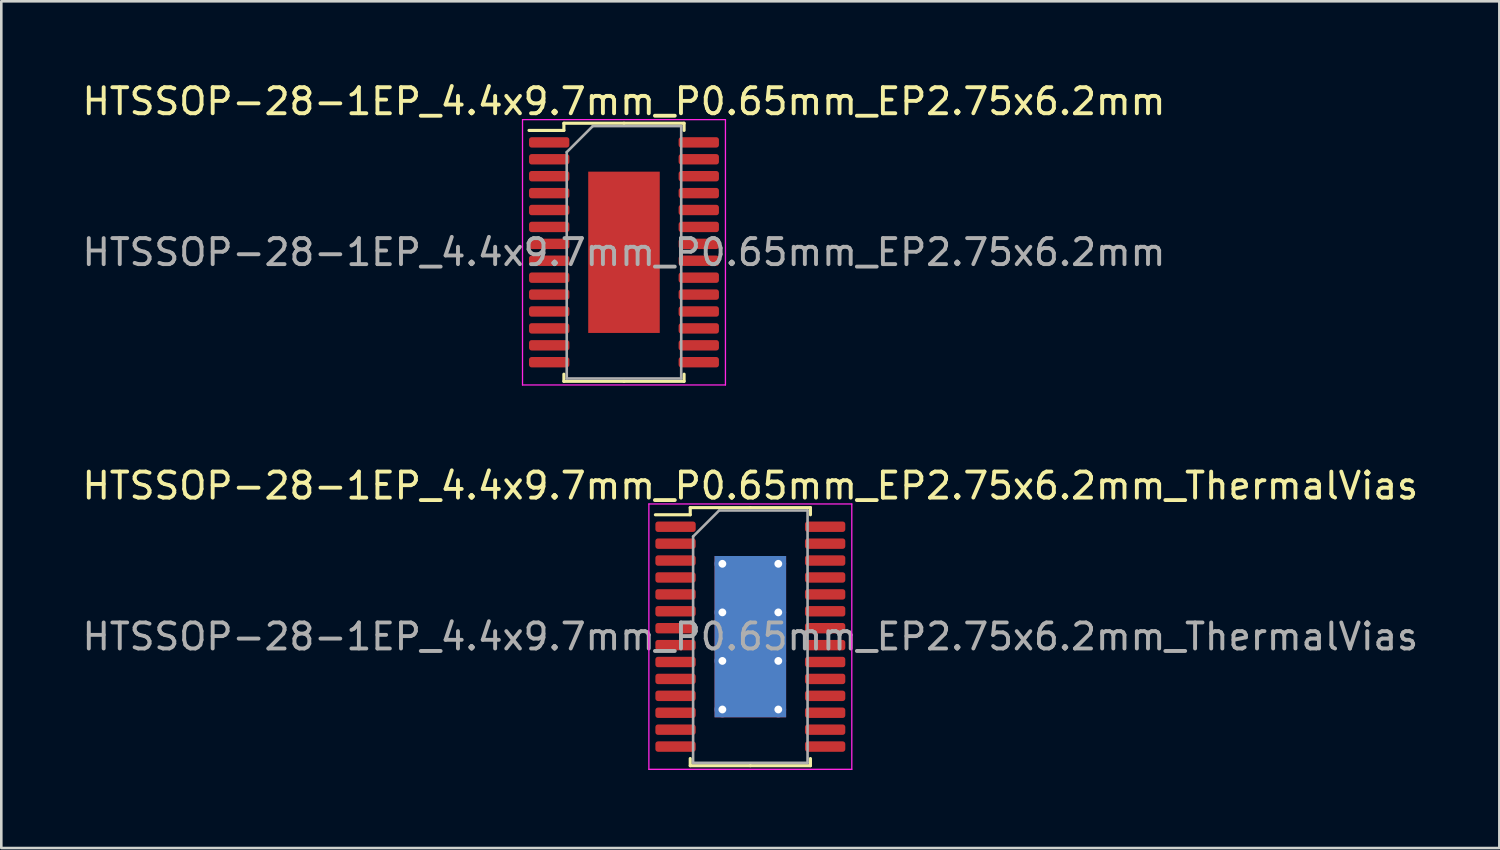
<source format=kicad_pcb>
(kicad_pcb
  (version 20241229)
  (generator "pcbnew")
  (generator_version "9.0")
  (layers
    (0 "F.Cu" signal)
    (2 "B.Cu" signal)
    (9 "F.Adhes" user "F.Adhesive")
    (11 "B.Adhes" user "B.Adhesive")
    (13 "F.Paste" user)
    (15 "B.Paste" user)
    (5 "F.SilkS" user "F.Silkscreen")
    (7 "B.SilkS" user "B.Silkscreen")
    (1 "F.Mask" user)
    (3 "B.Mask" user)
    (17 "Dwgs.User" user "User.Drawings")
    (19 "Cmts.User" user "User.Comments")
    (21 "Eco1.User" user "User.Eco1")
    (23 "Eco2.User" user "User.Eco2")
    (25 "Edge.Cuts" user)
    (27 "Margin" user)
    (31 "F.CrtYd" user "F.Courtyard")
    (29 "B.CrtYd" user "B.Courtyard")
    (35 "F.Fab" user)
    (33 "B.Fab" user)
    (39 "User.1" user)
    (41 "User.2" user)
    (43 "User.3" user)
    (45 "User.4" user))
  (footprint "HTSSOP-28-1EP_4.4x9.7mm_P0.65mm_EP2.75x6.2mm"
    (layer "F.Cu")
    (at 20.935 6.648)
    (property "Reference" "HTSSOP-28-1EP_4.4x9.7mm_P0.65mm_EP2.75x6.2mm" (at 0 -5.8 0) (layer "F.SilkS") (effects (font (size 1 1) (thickness 0.15))))
    (attr smd)
    (fp_line (start -2.31 -4.96) (end -2.31 -4.685) (stroke (width 0.12) (type solid)) (layer "F.SilkS"))
    (fp_line (start -2.31 -4.685) (end -3.65 -4.685) (stroke (width 0.12) (type solid)) (layer "F.SilkS"))
    (fp_line (start -2.31 4.96) (end -2.31 4.685) (stroke (width 0.12) (type solid)) (layer "F.SilkS"))
    (fp_line (start 0 -4.96) (end -2.31 -4.96) (stroke (width 0.12) (type solid)) (layer "F.SilkS"))
    (fp_line (start 0 -4.96) (end 2.31 -4.96) (stroke (width 0.12) (type solid)) (layer "F.SilkS"))
    (fp_line (start 0 4.96) (end -2.31 4.96) (stroke (width 0.12) (type solid)) (layer "F.SilkS"))
    (fp_line (start 0 4.96) (end 2.31 4.96) (stroke (width 0.12) (type solid)) (layer "F.SilkS"))
    (fp_line (start 2.31 -4.96) (end 2.31 -4.685) (stroke (width 0.12) (type solid)) (layer "F.SilkS"))
    (fp_line (start 2.31 4.96) (end 2.31 4.685) (stroke (width 0.12) (type solid)) (layer "F.SilkS"))
    (fp_line (start -3.9 -5.1) (end -3.9 5.1) (stroke (width 0.05) (type solid)) (layer "F.CrtYd"))
    (fp_line (start -3.9 5.1) (end 3.9 5.1) (stroke (width 0.05) (type solid)) (layer "F.CrtYd"))
    (fp_line (start 3.9 -5.1) (end -3.9 -5.1) (stroke (width 0.05) (type solid)) (layer "F.CrtYd"))
    (fp_line (start 3.9 5.1) (end 3.9 -5.1) (stroke (width 0.05) (type solid)) (layer "F.CrtYd"))
    (fp_line (start -2.2 -3.85) (end -1.2 -4.85) (stroke (width 0.1) (type solid)) (layer "F.Fab"))
    (fp_line (start -2.2 4.85) (end -2.2 -3.85) (stroke (width 0.1) (type solid)) (layer "F.Fab"))
    (fp_line (start -1.2 -4.85) (end 2.2 -4.85) (stroke (width 0.1) (type solid)) (layer "F.Fab"))
    (fp_line (start 2.2 -4.85) (end 2.2 4.85) (stroke (width 0.1) (type solid)) (layer "F.Fab"))
    (fp_line (start 2.2 4.85) (end -2.2 4.85) (stroke (width 0.1) (type solid)) (layer "F.Fab"))
    (fp_text user "${REFERENCE}" (at 0 0 0) (layer "F.Fab") (effects (font (size 1 1) (thickness 0.15))))
    (pad "" smd roundrect (at 0 0) (size 2.22 5) (layers "F.Paste") (roundrect_rratio 0.113))
    (pad "1" smd roundrect (at -2.875 -4.225) (size 1.55 0.4) (layers "F.Cu" "F.Mask" "F.Paste") (roundrect_rratio 0.25))
    (pad "2" smd roundrect (at -2.875 -3.575) (size 1.55 0.4) (layers "F.Cu" "F.Mask" "F.Paste") (roundrect_rratio 0.25))
    (pad "3" smd roundrect (at -2.875 -2.925) (size 1.55 0.4) (layers "F.Cu" "F.Mask" "F.Paste") (roundrect_rratio 0.25))
    (pad "4" smd roundrect (at -2.875 -2.275) (size 1.55 0.4) (layers "F.Cu" "F.Mask" "F.Paste") (roundrect_rratio 0.25))
    (pad "5" smd roundrect (at -2.875 -1.625) (size 1.55 0.4) (layers "F.Cu" "F.Mask" "F.Paste") (roundrect_rratio 0.25))
    (pad "6" smd roundrect (at -2.875 -0.975) (size 1.55 0.4) (layers "F.Cu" "F.Mask" "F.Paste") (roundrect_rratio 0.25))
    (pad "7" smd roundrect (at -2.875 -0.325) (size 1.55 0.4) (layers "F.Cu" "F.Mask" "F.Paste") (roundrect_rratio 0.25))
    (pad "8" smd roundrect (at -2.875 0.325) (size 1.55 0.4) (layers "F.Cu" "F.Mask" "F.Paste") (roundrect_rratio 0.25))
    (pad "9" smd roundrect (at -2.875 0.975) (size 1.55 0.4) (layers "F.Cu" "F.Mask" "F.Paste") (roundrect_rratio 0.25))
    (pad "10" smd roundrect (at -2.875 1.625) (size 1.55 0.4) (layers "F.Cu" "F.Mask" "F.Paste") (roundrect_rratio 0.25))
    (pad "11" smd roundrect (at -2.875 2.275) (size 1.55 0.4) (layers "F.Cu" "F.Mask" "F.Paste") (roundrect_rratio 0.25))
    (pad "12" smd roundrect (at -2.875 2.925) (size 1.55 0.4) (layers "F.Cu" "F.Mask" "F.Paste") (roundrect_rratio 0.25))
    (pad "13" smd roundrect (at -2.875 3.575) (size 1.55 0.4) (layers "F.Cu" "F.Mask" "F.Paste") (roundrect_rratio 0.25))
    (pad "14" smd roundrect (at -2.875 4.225) (size 1.55 0.4) (layers "F.Cu" "F.Mask" "F.Paste") (roundrect_rratio 0.25))
    (pad "15" smd roundrect (at 2.875 4.225) (size 1.55 0.4) (layers "F.Cu" "F.Mask" "F.Paste") (roundrect_rratio 0.25))
    (pad "16" smd roundrect (at 2.875 3.575) (size 1.55 0.4) (layers "F.Cu" "F.Mask" "F.Paste") (roundrect_rratio 0.25))
    (pad "17" smd roundrect (at 2.875 2.925) (size 1.55 0.4) (layers "F.Cu" "F.Mask" "F.Paste") (roundrect_rratio 0.25))
    (pad "18" smd roundrect (at 2.875 2.275) (size 1.55 0.4) (layers "F.Cu" "F.Mask" "F.Paste") (roundrect_rratio 0.25))
    (pad "19" smd roundrect (at 2.875 1.625) (size 1.55 0.4) (layers "F.Cu" "F.Mask" "F.Paste") (roundrect_rratio 0.25))
    (pad "20" smd roundrect (at 2.875 0.975) (size 1.55 0.4) (layers "F.Cu" "F.Mask" "F.Paste") (roundrect_rratio 0.25))
    (pad "21" smd roundrect (at 2.875 0.325) (size 1.55 0.4) (layers "F.Cu" "F.Mask" "F.Paste") (roundrect_rratio 0.25))
    (pad "22" smd roundrect (at 2.875 -0.325) (size 1.55 0.4) (layers "F.Cu" "F.Mask" "F.Paste") (roundrect_rratio 0.25))
    (pad "23" smd roundrect (at 2.875 -0.975) (size 1.55 0.4) (layers "F.Cu" "F.Mask" "F.Paste") (roundrect_rratio 0.25))
    (pad "24" smd roundrect (at 2.875 -1.625) (size 1.55 0.4) (layers "F.Cu" "F.Mask" "F.Paste") (roundrect_rratio 0.25))
    (pad "25" smd roundrect (at 2.875 -2.275) (size 1.55 0.4) (layers "F.Cu" "F.Mask" "F.Paste") (roundrect_rratio 0.25))
    (pad "26" smd roundrect (at 2.875 -2.925) (size 1.55 0.4) (layers "F.Cu" "F.Mask" "F.Paste") (roundrect_rratio 0.25))
    (pad "27" smd roundrect (at 2.875 -3.575) (size 1.55 0.4) (layers "F.Cu" "F.Mask" "F.Paste") (roundrect_rratio 0.25))
    (pad "28" smd roundrect (at 2.875 -4.225) (size 1.55 0.4) (layers "F.Cu" "F.Mask" "F.Paste") (roundrect_rratio 0.25))
    (pad "29" smd rect (at 0 0) (size 2.75 6.2) (layers "F.Cu" "F.Mask")))
  (footprint "HTSSOP-28-1EP_4.4x9.7mm_P0.65mm_EP2.75x6.2mm_ThermalVias"
    (layer "F.Cu")
    (at 25.792 21.422)
    (property "Reference" "HTSSOP-28-1EP_4.4x9.7mm_P0.65mm_EP2.75x6.2mm_ThermalVias" (at 0 -5.8 0) (layer "F.SilkS") (effects (font (size 1 1) (thickness 0.15))))
    (attr smd)
    (fp_line (start -2.31 -4.96) (end -2.31 -4.685) (stroke (width 0.12) (type solid)) (layer "F.SilkS"))
    (fp_line (start -2.31 -4.685) (end -3.65 -4.685) (stroke (width 0.12) (type solid)) (layer "F.SilkS"))
    (fp_line (start -2.31 4.96) (end -2.31 4.685) (stroke (width 0.12) (type solid)) (layer "F.SilkS"))
    (fp_line (start 0 -4.96) (end -2.31 -4.96) (stroke (width 0.12) (type solid)) (layer "F.SilkS"))
    (fp_line (start 0 -4.96) (end 2.31 -4.96) (stroke (width 0.12) (type solid)) (layer "F.SilkS"))
    (fp_line (start 0 4.96) (end -2.31 4.96) (stroke (width 0.12) (type solid)) (layer "F.SilkS"))
    (fp_line (start 0 4.96) (end 2.31 4.96) (stroke (width 0.12) (type solid)) (layer "F.SilkS"))
    (fp_line (start 2.31 -4.96) (end 2.31 -4.685) (stroke (width 0.12) (type solid)) (layer "F.SilkS"))
    (fp_line (start 2.31 4.96) (end 2.31 4.685) (stroke (width 0.12) (type solid)) (layer "F.SilkS"))
    (fp_line (start -3.9 -5.1) (end -3.9 5.1) (stroke (width 0.05) (type solid)) (layer "F.CrtYd"))
    (fp_line (start -3.9 5.1) (end 3.9 5.1) (stroke (width 0.05) (type solid)) (layer "F.CrtYd"))
    (fp_line (start 3.9 -5.1) (end -3.9 -5.1) (stroke (width 0.05) (type solid)) (layer "F.CrtYd"))
    (fp_line (start 3.9 5.1) (end 3.9 -5.1) (stroke (width 0.05) (type solid)) (layer "F.CrtYd"))
    (fp_line (start -2.2 -3.85) (end -1.2 -4.85) (stroke (width 0.1) (type solid)) (layer "F.Fab"))
    (fp_line (start -2.2 4.85) (end -2.2 -3.85) (stroke (width 0.1) (type solid)) (layer "F.Fab"))
    (fp_line (start -1.2 -4.85) (end 2.2 -4.85) (stroke (width 0.1) (type solid)) (layer "F.Fab"))
    (fp_line (start 2.2 -4.85) (end 2.2 4.85) (stroke (width 0.1) (type solid)) (layer "F.Fab"))
    (fp_line (start 2.2 4.85) (end -2.2 4.85) (stroke (width 0.1) (type solid)) (layer "F.Fab"))
    (fp_text user "${REFERENCE}" (at 0 0 0) (layer "F.Fab") (effects (font (size 1 1) (thickness 0.15))))
    (pad "" smd roundrect (at 0 -2.07) (size 2.22 1.67) (layers "F.Paste") (roundrect_rratio 0.15))
    (pad "" smd roundrect (at 0 0) (size 2.22 1.67) (layers "F.Paste") (roundrect_rratio 0.15))
    (pad "" smd roundrect (at 0 2.07) (size 2.22 1.67) (layers "F.Paste") (roundrect_rratio 0.15))
    (pad "1" smd roundrect (at -2.875 -4.225) (size 1.55 0.4) (layers "F.Cu" "F.Mask" "F.Paste") (roundrect_rratio 0.25))
    (pad "2" smd roundrect (at -2.875 -3.575) (size 1.55 0.4) (layers "F.Cu" "F.Mask" "F.Paste") (roundrect_rratio 0.25))
    (pad "3" smd roundrect (at -2.875 -2.925) (size 1.55 0.4) (layers "F.Cu" "F.Mask" "F.Paste") (roundrect_rratio 0.25))
    (pad "4" smd roundrect (at -2.875 -2.275) (size 1.55 0.4) (layers "F.Cu" "F.Mask" "F.Paste") (roundrect_rratio 0.25))
    (pad "5" smd roundrect (at -2.875 -1.625) (size 1.55 0.4) (layers "F.Cu" "F.Mask" "F.Paste") (roundrect_rratio 0.25))
    (pad "6" smd roundrect (at -2.875 -0.975) (size 1.55 0.4) (layers "F.Cu" "F.Mask" "F.Paste") (roundrect_rratio 0.25))
    (pad "7" smd roundrect (at -2.875 -0.325) (size 1.55 0.4) (layers "F.Cu" "F.Mask" "F.Paste") (roundrect_rratio 0.25))
    (pad "8" smd roundrect (at -2.875 0.325) (size 1.55 0.4) (layers "F.Cu" "F.Mask" "F.Paste") (roundrect_rratio 0.25))
    (pad "9" smd roundrect (at -2.875 0.975) (size 1.55 0.4) (layers "F.Cu" "F.Mask" "F.Paste") (roundrect_rratio 0.25))
    (pad "10" smd roundrect (at -2.875 1.625) (size 1.55 0.4) (layers "F.Cu" "F.Mask" "F.Paste") (roundrect_rratio 0.25))
    (pad "11" smd roundrect (at -2.875 2.275) (size 1.55 0.4) (layers "F.Cu" "F.Mask" "F.Paste") (roundrect_rratio 0.25))
    (pad "12" smd roundrect (at -2.875 2.925) (size 1.55 0.4) (layers "F.Cu" "F.Mask" "F.Paste") (roundrect_rratio 0.25))
    (pad "13" smd roundrect (at -2.875 3.575) (size 1.55 0.4) (layers "F.Cu" "F.Mask" "F.Paste") (roundrect_rratio 0.25))
    (pad "14" smd roundrect (at -2.875 4.225) (size 1.55 0.4) (layers "F.Cu" "F.Mask" "F.Paste") (roundrect_rratio 0.25))
    (pad "15" smd roundrect (at 2.875 4.225) (size 1.55 0.4) (layers "F.Cu" "F.Mask" "F.Paste") (roundrect_rratio 0.25))
    (pad "16" smd roundrect (at 2.875 3.575) (size 1.55 0.4) (layers "F.Cu" "F.Mask" "F.Paste") (roundrect_rratio 0.25))
    (pad "17" smd roundrect (at 2.875 2.925) (size 1.55 0.4) (layers "F.Cu" "F.Mask" "F.Paste") (roundrect_rratio 0.25))
    (pad "18" smd roundrect (at 2.875 2.275) (size 1.55 0.4) (layers "F.Cu" "F.Mask" "F.Paste") (roundrect_rratio 0.25))
    (pad "19" smd roundrect (at 2.875 1.625) (size 1.55 0.4) (layers "F.Cu" "F.Mask" "F.Paste") (roundrect_rratio 0.25))
    (pad "20" smd roundrect (at 2.875 0.975) (size 1.55 0.4) (layers "F.Cu" "F.Mask" "F.Paste") (roundrect_rratio 0.25))
    (pad "21" smd roundrect (at 2.875 0.325) (size 1.55 0.4) (layers "F.Cu" "F.Mask" "F.Paste") (roundrect_rratio 0.25))
    (pad "22" smd roundrect (at 2.875 -0.325) (size 1.55 0.4) (layers "F.Cu" "F.Mask" "F.Paste") (roundrect_rratio 0.25))
    (pad "23" smd roundrect (at 2.875 -0.975) (size 1.55 0.4) (layers "F.Cu" "F.Mask" "F.Paste") (roundrect_rratio 0.25))
    (pad "24" smd roundrect (at 2.875 -1.625) (size 1.55 0.4) (layers "F.Cu" "F.Mask" "F.Paste") (roundrect_rratio 0.25))
    (pad "25" smd roundrect (at 2.875 -2.275) (size 1.55 0.4) (layers "F.Cu" "F.Mask" "F.Paste") (roundrect_rratio 0.25))
    (pad "26" smd roundrect (at 2.875 -2.925) (size 1.55 0.4) (layers "F.Cu" "F.Mask" "F.Paste") (roundrect_rratio 0.25))
    (pad "27" smd roundrect (at 2.875 -3.575) (size 1.55 0.4) (layers "F.Cu" "F.Mask" "F.Paste") (roundrect_rratio 0.25))
    (pad "28" smd roundrect (at 2.875 -4.225) (size 1.55 0.4) (layers "F.Cu" "F.Mask" "F.Paste") (roundrect_rratio 0.25))
    (pad "29" thru_hole circle (at -1.075 -2.8) (size 0.6 0.6) (drill 0.3) (layers "*.Cu"))
    (pad "29" thru_hole circle (at -1.075 -0.933) (size 0.6 0.6) (drill 0.3) (layers "*.Cu"))
    (pad "29" thru_hole circle (at -1.075 0.933) (size 0.6 0.6) (drill 0.3) (layers "*.Cu"))
    (pad "29" thru_hole circle (at -1.075 2.8) (size 0.6 0.6) (drill 0.3) (layers "*.Cu"))
    (pad "29" smd rect (at 0 0) (size 2.75 6.2) (layers "F.Cu" "F.Mask"))
    (pad "29" smd rect (at 0 0) (size 2.75 6.2) (layers "B.Cu"))
    (pad "29" thru_hole circle (at 1.075 -2.8) (size 0.6 0.6) (drill 0.3) (layers "*.Cu"))
    (pad "29" thru_hole circle (at 1.075 -0.933) (size 0.6 0.6) (drill 0.3) (layers "*.Cu"))
    (pad "29" thru_hole circle (at 1.075 0.933) (size 0.6 0.6) (drill 0.3) (layers "*.Cu"))
    (pad "29" thru_hole circle (at 1.075 2.8) (size 0.6 0.6) (drill 0.3) (layers "*.Cu")))
  (gr_rect
    (start -3 -3)
    (end 54.583 29.547)
    (stroke (width 0.1) (type default))
    (fill no)
    (layer "Edge.Cuts")))
</source>
